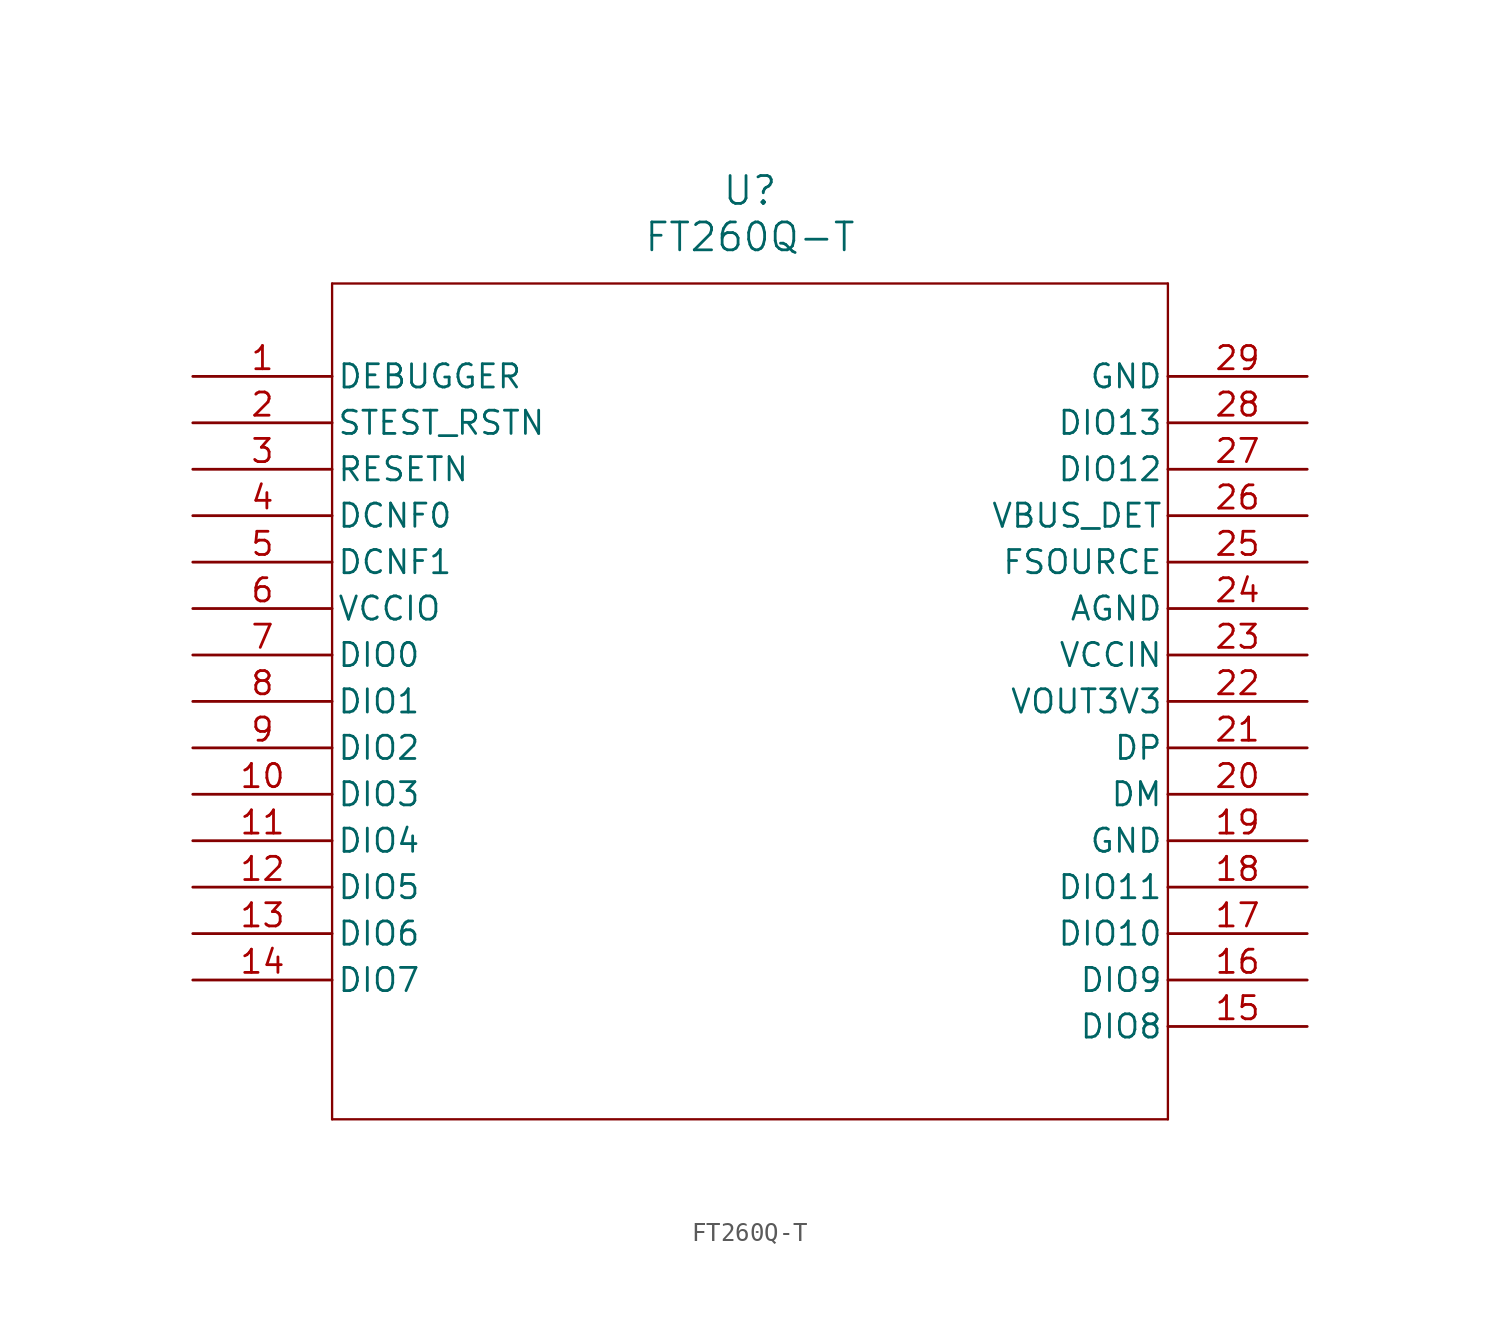
<source format=kicad_sym>
(kicad_symbol_lib
  (version 20211014)
  (generator kicad_symbol_editor)
  (symbol "FT260Q-T"
    (pin_names
      (offset 0.254))
    (property "Reference" "U"
      (at 30.48 10.16 0)
      (effects (font (size 1.524 1.524))))
    (property "Value" "FT260Q-T"
      (at 30.48 7.62 0)
      (effects (font (size 1.524 1.524))))
    (symbol "FT260Q-T_0_1"
      (polyline (pts (xy 7.62 5.08) (xy 7.62 -40.64)) (stroke (width 0.127) (type default) (color 0 0 0 0)) (fill (type none)))
      (polyline (pts (xy 7.62 -40.64) (xy 53.34 -40.64)) (stroke (width 0.127) (type default) (color 0 0 0 0)) (fill (type none)))
      (polyline (pts (xy 53.34 -40.64) (xy 53.34 5.08)) (stroke (width 0.127) (type default) (color 0 0 0 0)) (fill (type none)))
      (polyline (pts (xy 53.34 5.08) (xy 7.62 5.08)) (stroke (width 0.127) (type default) (color 0 0 0 0)) (fill (type none)))
      (pin bidirectional line (at 0 0 0) (length 7.62) (name "DEBUGGER" (effects (font (size 1.27 1.27)))) (number "1" (effects (font (size 1.27 1.27)))))
      (pin input line (at 0 -2.54 0) (length 7.62) (name "STEST_RSTN" (effects (font (size 1.27 1.27)))) (number "2" (effects (font (size 1.27 1.27)))))
      (pin input line (at 0 -5.08 0) (length 7.62) (name "RESETN" (effects (font (size 1.27 1.27)))) (number "3" (effects (font (size 1.27 1.27)))))
      (pin input line (at 0 -7.62 0) (length 7.62) (name "DCNF0" (effects (font (size 1.27 1.27)))) (number "4" (effects (font (size 1.27 1.27)))))
      (pin input line (at 0 -10.16 0) (length 7.62) (name "DCNF1" (effects (font (size 1.27 1.27)))) (number "5" (effects (font (size 1.27 1.27)))))
      (pin power_in line (at 0 -12.7 0) (length 7.62) (name "VCCIO" (effects (font (size 1.27 1.27)))) (number "6" (effects (font (size 1.27 1.27)))))
      (pin bidirectional line (at 0 -15.24 0) (length 7.62) (name "DIO0" (effects (font (size 1.27 1.27)))) (number "7" (effects (font (size 1.27 1.27)))))
      (pin bidirectional line (at 0 -17.78 0) (length 7.62) (name "DIO1" (effects (font (size 1.27 1.27)))) (number "8" (effects (font (size 1.27 1.27)))))
      (pin bidirectional line (at 0 -20.32 0) (length 7.62) (name "DIO2" (effects (font (size 1.27 1.27)))) (number "9" (effects (font (size 1.27 1.27)))))
      (pin bidirectional line (at 0 -22.86 0) (length 7.62) (name "DIO3" (effects (font (size 1.27 1.27)))) (number "10" (effects (font (size 1.27 1.27)))))
      (pin bidirectional line (at 0 -25.4 0) (length 7.62) (name "DIO4" (effects (font (size 1.27 1.27)))) (number "11" (effects (font (size 1.27 1.27)))))
      (pin bidirectional line (at 0 -27.94 0) (length 7.62) (name "DIO5" (effects (font (size 1.27 1.27)))) (number "12" (effects (font (size 1.27 1.27)))))
      (pin bidirectional line (at 0 -30.48 0) (length 7.62) (name "DIO6" (effects (font (size 1.27 1.27)))) (number "13" (effects (font (size 1.27 1.27)))))
      (pin bidirectional line (at 0 -33.02 0) (length 7.62) (name "DIO7" (effects (font (size 1.27 1.27)))) (number "14" (effects (font (size 1.27 1.27)))))
      (pin bidirectional line (at 60.96 -35.56 180) (length 7.62) (name "DIO8" (effects (font (size 1.27 1.27)))) (number "15" (effects (font (size 1.27 1.27)))))
      (pin bidirectional line (at 60.96 -33.02 180) (length 7.62) (name "DIO9" (effects (font (size 1.27 1.27)))) (number "16" (effects (font (size 1.27 1.27)))))
      (pin bidirectional line (at 60.96 -30.48 180) (length 7.62) (name "DIO10" (effects (font (size 1.27 1.27)))) (number "17" (effects (font (size 1.27 1.27)))))
      (pin bidirectional line (at 60.96 -27.94 180) (length 7.62) (name "DIO11" (effects (font (size 1.27 1.27)))) (number "18" (effects (font (size 1.27 1.27)))))
      (pin power_out line (at 60.96 -25.4 180) (length 7.62) (name "GND" (effects (font (size 1.27 1.27)))) (number "19" (effects (font (size 1.27 1.27)))))
      (pin unspecified line (at 60.96 -22.86 180) (length 7.62) (name "DM" (effects (font (size 1.27 1.27)))) (number "20" (effects (font (size 1.27 1.27)))))
      (pin unspecified line (at 60.96 -20.32 180) (length 7.62) (name "DP" (effects (font (size 1.27 1.27)))) (number "21" (effects (font (size 1.27 1.27)))))
      (pin power_in line (at 60.96 -17.78 180) (length 7.62) (name "VOUT3V3" (effects (font (size 1.27 1.27)))) (number "22" (effects (font (size 1.27 1.27)))))
      (pin power_in line (at 60.96 -15.24 180) (length 7.62) (name "VCCIN" (effects (font (size 1.27 1.27)))) (number "23" (effects (font (size 1.27 1.27)))))
      (pin power_out line (at 60.96 -12.7 180) (length 7.62) (name "AGND" (effects (font (size 1.27 1.27)))) (number "24" (effects (font (size 1.27 1.27)))))
      (pin power_in line (at 60.96 -10.16 180) (length 7.62) (name "FSOURCE" (effects (font (size 1.27 1.27)))) (number "25" (effects (font (size 1.27 1.27)))))
      (pin input line (at 60.96 -7.62 180) (length 7.62) (name "VBUS_DET" (effects (font (size 1.27 1.27)))) (number "26" (effects (font (size 1.27 1.27)))))
      (pin bidirectional line (at 60.96 -5.08 180) (length 7.62) (name "DIO12" (effects (font (size 1.27 1.27)))) (number "27" (effects (font (size 1.27 1.27)))))
      (pin bidirectional line (at 60.96 -2.54 180) (length 7.62) (name "DIO13" (effects (font (size 1.27 1.27)))) (number "28" (effects (font (size 1.27 1.27)))))
      (pin power_out line (at 60.96 0 180) (length 7.62) (name "GND" (effects (font (size 1.27 1.27)))) (number "29" (effects (font (size 1.27 1.27))))))))
</source>
